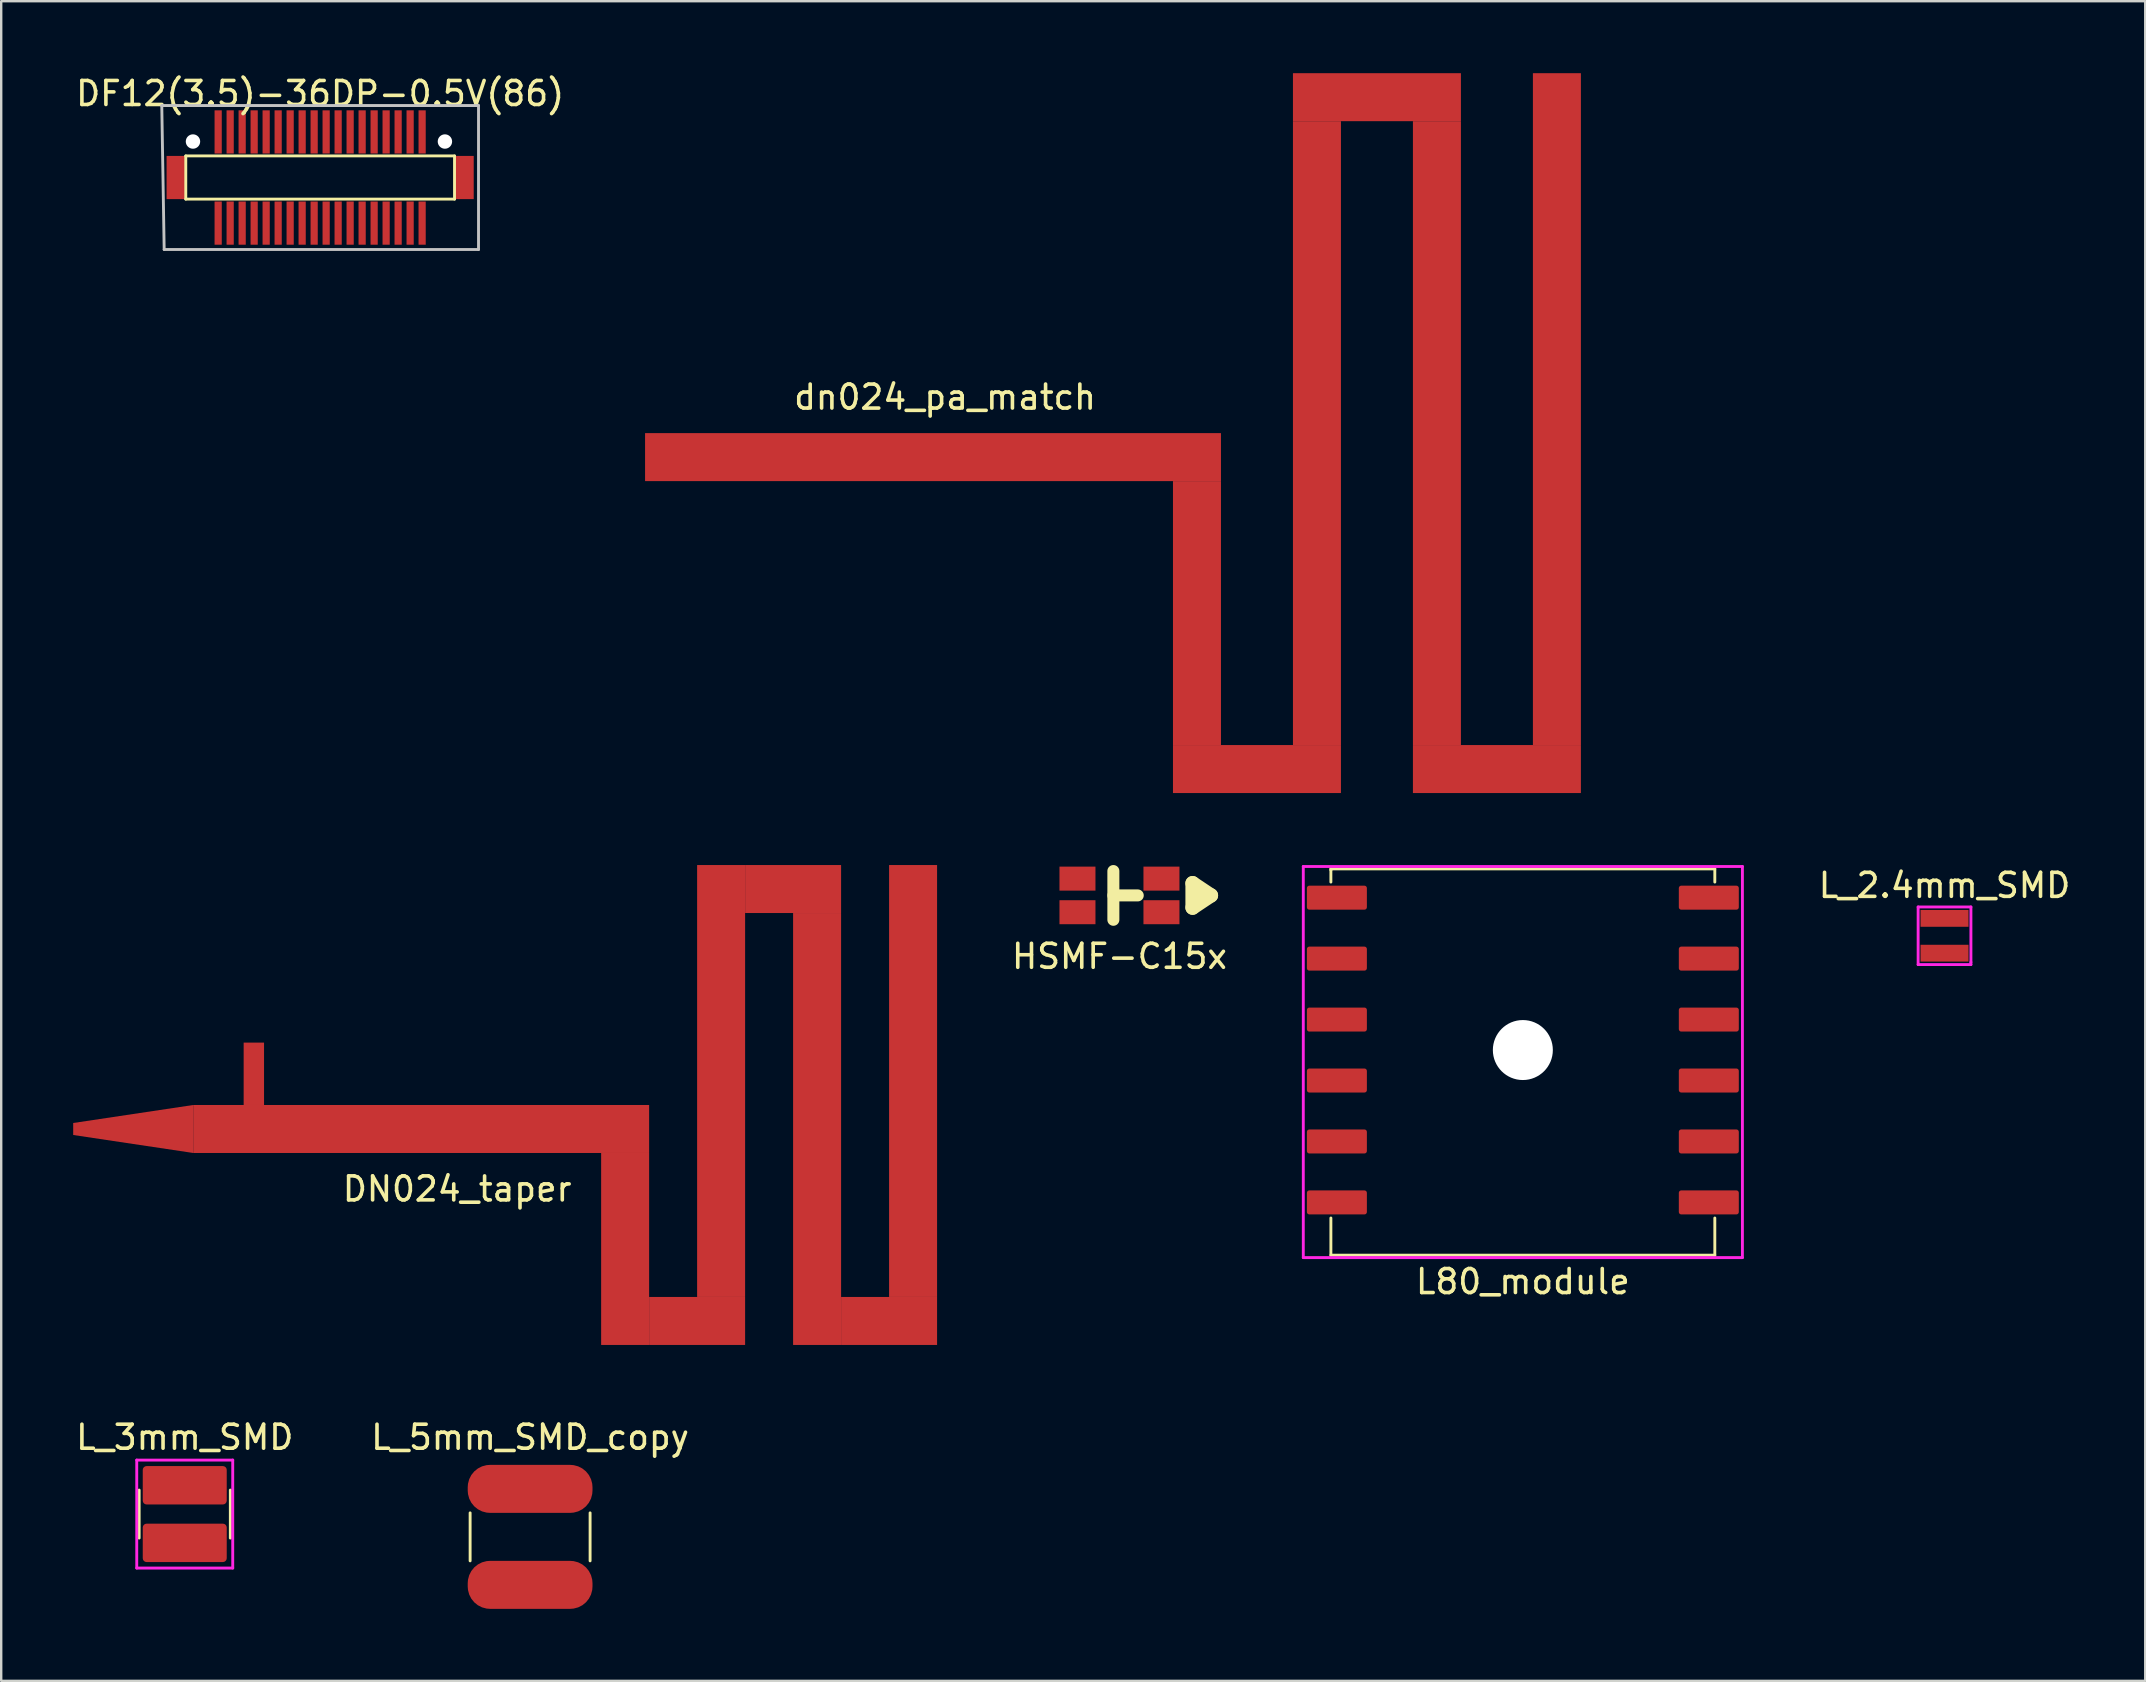
<source format=kicad_pcb>
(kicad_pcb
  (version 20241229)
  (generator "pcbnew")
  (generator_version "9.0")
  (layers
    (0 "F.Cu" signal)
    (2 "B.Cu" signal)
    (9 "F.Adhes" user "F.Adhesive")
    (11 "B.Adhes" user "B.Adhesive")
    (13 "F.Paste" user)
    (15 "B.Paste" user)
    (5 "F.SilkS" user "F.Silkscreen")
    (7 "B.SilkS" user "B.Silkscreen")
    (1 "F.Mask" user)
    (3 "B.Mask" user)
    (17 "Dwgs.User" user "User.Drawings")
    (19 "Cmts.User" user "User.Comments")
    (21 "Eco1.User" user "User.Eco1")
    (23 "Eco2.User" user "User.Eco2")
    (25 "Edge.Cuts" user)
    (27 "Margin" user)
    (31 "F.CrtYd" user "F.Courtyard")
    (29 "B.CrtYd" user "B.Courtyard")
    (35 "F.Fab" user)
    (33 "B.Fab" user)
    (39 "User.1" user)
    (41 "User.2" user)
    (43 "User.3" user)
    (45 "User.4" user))
  (footprint "DF12(3.5)-36DP-0.5V(86)"
    (layer "F.Cu")
    (at 10.292 4.348)
    (property "Reference" "DF12(3.5)-36DP-0.5V(86)" (at 0 -3.5 0) (layer "F.SilkS") (effects (font (size 1 1) (thickness 0.15))))
    (attr through_hole)
    (fp_line (start -5.6 -0.9) (end -5.6 0.9) (stroke (width 0.12) (type solid)) (layer "F.SilkS"))
    (fp_line (start -5.6 0.9) (end 5.6 0.9) (stroke (width 0.12) (type solid)) (layer "F.SilkS"))
    (fp_line (start 5.6 -0.9) (end -5.6 -0.9) (stroke (width 0.12) (type solid)) (layer "F.SilkS"))
    (fp_line (start 5.6 0.9) (end 5.6 -0.9) (stroke (width 0.12) (type solid)) (layer "F.SilkS"))
    (fp_line (start -6.6 -3) (end -6.5 3) (stroke (width 0.12) (type solid)) (layer "Dwgs.User"))
    (fp_line (start -6.5 3) (end 6.6 3) (stroke (width 0.12) (type solid)) (layer "Dwgs.User"))
    (fp_line (start 6.6 -3) (end -6.6 -3) (stroke (width 0.12) (type solid)) (layer "Dwgs.User"))
    (fp_line (start 6.6 3) (end 6.6 -3) (stroke (width 0.12) (type solid)) (layer "Dwgs.User"))
    (pad "" smd rect (at -6 0) (size 0.8 1.8) (layers "F.Cu" "F.Mask" "F.Paste"))
    (pad "" np_thru_hole circle (at -5.3 -1.5) (size 0.6 0.6) (drill 0.6) (layers "*.Cu" "*.Mask"))
    (pad "" np_thru_hole circle (at 5.2 -1.5) (size 0.6 0.6) (drill 0.6) (layers "*.Cu" "*.Mask"))
    (pad "" smd rect (at 6 0) (size 0.8 1.8) (layers "F.Cu" "F.Mask" "F.Paste"))
    (pad "1" smd rect (at 4.25 1.9) (size 0.3 1.8) (layers "F.Cu" "F.Mask" "F.Paste"))
    (pad "2" smd rect (at 4.25 -1.9) (size 0.3 1.8) (layers "F.Cu" "F.Mask" "F.Paste"))
    (pad "3" smd rect (at 3.75 1.9) (size 0.3 1.8) (layers "F.Cu" "F.Mask" "F.Paste"))
    (pad "4" smd rect (at 3.75 -1.9) (size 0.3 1.8) (layers "F.Cu" "F.Mask" "F.Paste"))
    (pad "5" smd rect (at 3.25 1.9) (size 0.3 1.8) (layers "F.Cu" "F.Mask" "F.Paste"))
    (pad "6" smd rect (at 3.25 -1.9) (size 0.3 1.8) (layers "F.Cu" "F.Mask" "F.Paste"))
    (pad "7" smd rect (at 2.75 1.9) (size 0.3 1.8) (layers "F.Cu" "F.Mask" "F.Paste"))
    (pad "8" smd rect (at 2.75 -1.9) (size 0.3 1.8) (layers "F.Cu" "F.Mask" "F.Paste"))
    (pad "9" smd rect (at 2.25 1.9) (size 0.3 1.8) (layers "F.Cu" "F.Mask" "F.Paste"))
    (pad "10" smd rect (at 2.25 -1.9) (size 0.3 1.8) (layers "F.Cu" "F.Mask" "F.Paste"))
    (pad "11" smd rect (at 1.75 1.9) (size 0.3 1.8) (layers "F.Cu" "F.Mask" "F.Paste"))
    (pad "12" smd rect (at 1.75 -1.9) (size 0.3 1.8) (layers "F.Cu" "F.Mask" "F.Paste"))
    (pad "13" smd rect (at 1.25 1.9) (size 0.3 1.8) (layers "F.Cu" "F.Mask" "F.Paste"))
    (pad "14" smd rect (at 1.25 -1.9) (size 0.3 1.8) (layers "F.Cu" "F.Mask" "F.Paste"))
    (pad "15" smd rect (at 0.75 1.9) (size 0.3 1.8) (layers "F.Cu" "F.Mask" "F.Paste"))
    (pad "16" smd rect (at 0.75 -1.9) (size 0.3 1.8) (layers "F.Cu" "F.Mask" "F.Paste"))
    (pad "17" smd rect (at 0.25 1.9) (size 0.3 1.8) (layers "F.Cu" "F.Mask" "F.Paste"))
    (pad "18" smd rect (at 0.25 -1.9) (size 0.3 1.8) (layers "F.Cu" "F.Mask" "F.Paste"))
    (pad "19" smd rect (at -0.25 1.9) (size 0.3 1.8) (layers "F.Cu" "F.Mask" "F.Paste"))
    (pad "20" smd rect (at -0.25 -1.9) (size 0.3 1.8) (layers "F.Cu" "F.Mask" "F.Paste"))
    (pad "21" smd rect (at -0.75 1.9) (size 0.3 1.8) (layers "F.Cu" "F.Mask" "F.Paste"))
    (pad "22" smd rect (at -0.75 -1.9) (size 0.3 1.8) (layers "F.Cu" "F.Mask" "F.Paste"))
    (pad "23" smd rect (at -1.25 1.9) (size 0.3 1.8) (layers "F.Cu" "F.Mask" "F.Paste"))
    (pad "24" smd rect (at -1.25 -1.9) (size 0.3 1.8) (layers "F.Cu" "F.Mask" "F.Paste"))
    (pad "25" smd rect (at -1.75 1.9) (size 0.3 1.8) (layers "F.Cu" "F.Mask" "F.Paste"))
    (pad "26" smd rect (at -1.75 -1.9) (size 0.3 1.8) (layers "F.Cu" "F.Mask" "F.Paste"))
    (pad "27" smd rect (at -2.25 1.9) (size 0.3 1.8) (layers "F.Cu" "F.Mask" "F.Paste"))
    (pad "28" smd rect (at -2.25 -1.9) (size 0.3 1.8) (layers "F.Cu" "F.Mask" "F.Paste"))
    (pad "29" smd rect (at -2.75 1.9) (size 0.3 1.8) (layers "F.Cu" "F.Mask" "F.Paste"))
    (pad "30" smd rect (at -2.75 -1.9) (size 0.3 1.8) (layers "F.Cu" "F.Mask" "F.Paste"))
    (pad "31" smd rect (at -3.25 1.9) (size 0.3 1.8) (layers "F.Cu" "F.Mask" "F.Paste"))
    (pad "32" smd rect (at -3.25 -1.9) (size 0.3 1.8) (layers "F.Cu" "F.Mask" "F.Paste"))
    (pad "33" smd rect (at -3.75 1.9) (size 0.3 1.8) (layers "F.Cu" "F.Mask" "F.Paste"))
    (pad "34" smd rect (at -3.75 -1.9) (size 0.3 1.8) (layers "F.Cu" "F.Mask" "F.Paste"))
    (pad "35" smd rect (at -4.25 1.9) (size 0.3 1.8) (layers "F.Cu" "F.Mask" "F.Paste"))
    (pad "36" smd rect (at -4.25 -1.9) (size 0.3 1.8) (layers "F.Cu" "F.Mask" "F.Paste")))
  (footprint "L_3mm_SMD"
    (layer "F.Cu")
    (at 4.649 60.048)
    (property "Reference" "L_3mm_SMD" (at 0 -3.2 0) (layer "F.SilkS") (effects (font (size 1 1) (thickness 0.15))))
    (attr through_hole)
    (fp_line (start -1.9 -1) (end -1.9 1) (stroke (width 0.12) (type solid)) (layer "F.SilkS"))
    (fp_line (start 1.9 1) (end 1.9 -1) (stroke (width 0.12) (type solid)) (layer "F.SilkS"))
    (fp_line (start -2 -2.25) (end 2 -2.25) (stroke (width 0.12) (type solid)) (layer "F.CrtYd"))
    (fp_line (start -2 2.25) (end -2 -2.25) (stroke (width 0.12) (type solid)) (layer "F.CrtYd"))
    (fp_line (start 2 -2.25) (end 2 2.25) (stroke (width 0.12) (type solid)) (layer "F.CrtYd"))
    (fp_line (start 2 2.25) (end -2 2.25) (stroke (width 0.12) (type solid)) (layer "F.CrtYd"))
    (pad "1" smd roundrect (at 0 -1.2) (size 3.5 1.6) (layers "F.Cu" "F.Mask" "F.Paste") (roundrect_rratio 0.1))
    (pad "2" smd roundrect (at 0 1.2) (size 3.5 1.6) (layers "F.Cu" "F.Mask" "F.Paste") (roundrect_rratio 0.1)))
  (footprint "L_2.4mm_SMD"
    (layer "F.Cu")
    (at 77.987 35.948)
    (property "Reference" "L_2.4mm_SMD" (at 0 -2.1 0) (layer "F.SilkS") (effects (font (size 1 1) (thickness 0.15))))
    (attr smd)
    (fp_line (start -1.1 -1.2) (end 1.1 -1.2) (stroke (width 0.12) (type solid)) (layer "F.CrtYd"))
    (fp_line (start -1.1 1.2) (end -1.1 -1.2) (stroke (width 0.12) (type solid)) (layer "F.CrtYd"))
    (fp_line (start 1.1 -1.2) (end 1.1 1.1) (stroke (width 0.12) (type solid)) (layer "F.CrtYd"))
    (fp_line (start 1.1 1.1) (end 1.1 1.2) (stroke (width 0.12) (type solid)) (layer "F.CrtYd"))
    (fp_line (start 1.1 1.2) (end -1.1 1.2) (stroke (width 0.12) (type solid)) (layer "F.CrtYd"))
    (pad "1" smd rect (at 0 -0.725) (size 2 0.7) (layers "F.Cu" "F.Mask" "F.Paste"))
    (pad "2" smd rect (at 0 0.725) (size 2 0.7) (layers "F.Cu" "F.Mask" "F.Paste")))
  (footprint "L80_module"
    (layer "F.Cu")
    (at 60.414 40.71)
    (property "Reference" "L80_module" (at 0 9.65 0) (layer "F.SilkS") (effects (font (size 1 1) (thickness 0.15))))
    (attr through_hole)
    (fp_line (start -8 -7.55) (end 8 -7.55) (stroke (width 0.12) (type solid)) (layer "F.SilkS"))
    (fp_line (start -8 -7.5) (end -8 -7.55) (stroke (width 0.12) (type solid)) (layer "F.SilkS"))
    (fp_line (start -8 -7) (end -8 -7.5) (stroke (width 0.12) (type solid)) (layer "F.SilkS"))
    (fp_line (start -8 7) (end -8 8.55) (stroke (width 0.12) (type solid)) (layer "F.SilkS"))
    (fp_line (start -8 8.55) (end 8 8.55) (stroke (width 0.12) (type solid)) (layer "F.SilkS"))
    (fp_line (start 8 -7.55) (end 8 -7) (stroke (width 0.12) (type solid)) (layer "F.SilkS"))
    (fp_line (start 8 8.55) (end 8 7) (stroke (width 0.12) (type solid)) (layer "F.SilkS"))
    (fp_line (start -9.15 -7.65) (end -9.15 8.65) (stroke (width 0.12) (type solid)) (layer "F.CrtYd"))
    (fp_line (start -9.15 8.65) (end 9.15 8.65) (stroke (width 0.12) (type solid)) (layer "F.CrtYd"))
    (fp_line (start 9.15 -7.65) (end -9.15 -7.65) (stroke (width 0.12) (type solid)) (layer "F.CrtYd"))
    (fp_line (start 9.15 8.65) (end 9.15 -7.65) (stroke (width 0.12) (type solid)) (layer "F.CrtYd"))
    (pad "" np_thru_hole circle (at 0 0) (size 2.5 2.5) (drill 2.5) (layers "*.Cu" "*.Mask"))
    (pad "1" smd roundrect (at 7.75 6.35) (size 2.5 1) (layers "F.Cu" "F.Mask" "F.Paste") (roundrect_rratio 0.1))
    (pad "2" smd roundrect (at 7.75 3.81) (size 2.5 1) (layers "F.Cu" "F.Mask" "F.Paste") (roundrect_rratio 0.1))
    (pad "3" smd roundrect (at 7.75 1.27) (size 2.5 1) (layers "F.Cu" "F.Mask" "F.Paste") (roundrect_rratio 0.1))
    (pad "4" smd roundrect (at 7.75 -1.27) (size 2.5 1) (layers "F.Cu" "F.Mask" "F.Paste") (roundrect_rratio 0.1))
    (pad "5" smd roundrect (at 7.75 -3.81) (size 2.5 1) (layers "F.Cu" "F.Mask" "F.Paste") (roundrect_rratio 0.1))
    (pad "6" smd roundrect (at 7.75 -6.35) (size 2.5 1) (layers "F.Cu" "F.Mask" "F.Paste") (roundrect_rratio 0.1))
    (pad "7" smd roundrect (at -7.75 -6.35) (size 2.5 1) (layers "F.Cu" "F.Mask" "F.Paste") (roundrect_rratio 0.1))
    (pad "8" smd roundrect (at -7.75 -3.81) (size 2.5 1) (layers "F.Cu" "F.Mask" "F.Paste") (roundrect_rratio 0.1))
    (pad "9" smd roundrect (at -7.75 -1.27) (size 2.5 1) (layers "F.Cu" "F.Mask" "F.Paste") (roundrect_rratio 0.1))
    (pad "10" smd roundrect (at -7.75 1.27) (size 2.5 1) (layers "F.Cu" "F.Mask" "F.Paste") (roundrect_rratio 0.1))
    (pad "11" smd roundrect (at -7.75 3.81) (size 2.5 1) (layers "F.Cu" "F.Mask" "F.Paste") (roundrect_rratio 0.1))
    (pad "12" smd roundrect (at -7.75 6.35) (size 2.5 1) (layers "F.Cu" "F.Mask" "F.Paste") (roundrect_rratio 0.1)))
  (footprint "dn024_pa_match"
    (layer "F.Cu")
    (at 23.833 16)
    (property "Reference" "dn024_pa_match" (at 12.5 -2.5 0) (layer "F.SilkS") (effects (font (size 1 1) (thickness 0.15))))
    (attr through_hole)
    (pad "" smd rect (at 23 6.5 90) (size 11 2) (layers "F.Cu"))
    (pad "" smd rect (at 25.5 13) (size 7 2) (layers "F.Cu"))
    (pad "" smd rect (at 28 -1 90) (size 26 2) (layers "F.Cu"))
    (pad "" smd rect (at 30.5 -15) (size 7 2) (layers "F.Cu"))
    (pad "" smd rect (at 33 -1 90) (size 26 2) (layers "F.Cu"))
    (pad "" smd rect (at 35.5 13) (size 7 2) (layers "F.Cu"))
    (pad "" smd rect (at 38 -2 90) (size 28 2) (layers "F.Cu"))
    (pad "1" smd rect (at 12 0) (size 24 2) (layers "F.Cu")))
  (footprint "DN024_taper"
    (layer "F.Cu")
    (at 2.502 44)
    (property "Reference" "DN024_taper" (at 13.5 2.5 0) (layer "F.SilkS") (effects (font (size 1 1) (thickness 0.15))))
    (attr through_hole)
    (pad "" smd rect (at 5.027 -2.3) (size 0.85 2.6) (layers "F.Cu" "F.Mask" "F.Paste"))
    (pad "" smd rect (at 12 0) (size 19 2) (layers "F.Cu" "F.Mask" "F.Paste"))
    (pad "" smd rect (at 20.5 5) (size 2 8) (layers "F.Cu" "F.Mask" "F.Paste"))
    (pad "" smd rect (at 23.5 8) (size 4 2) (layers "F.Cu" "F.Mask" "F.Paste"))
    (pad "" smd rect (at 24.5 -2) (size 2 18) (layers "F.Cu" "F.Mask" "F.Paste"))
    (pad "" smd rect (at 27.5 -10) (size 4 2) (layers "F.Cu" "F.Mask" "F.Paste"))
    (pad "" smd rect (at 28.5 0) (size 2 18) (layers "F.Cu" "F.Mask" "F.Paste"))
    (pad "" smd rect (at 31.5 8) (size 4 2) (layers "F.Cu" "F.Mask" "F.Paste"))
    (pad "" smd rect (at 32.5 -2) (size 2 18) (layers "F.Cu" "F.Mask" "F.Paste"))
    (pad "1" smd trapezoid (at 0 0 90) (size 1.25 5.004) (rect_delta 0 0.75) (layers "F.Cu" "F.Mask" "F.Paste")))
  (footprint "HSMF-C15x"
    (layer "F.Cu")
    (at 43.603 34.266)
    (property "Reference" "HSMF-C15x" (at 0 2.54 0) (layer "F.SilkS") (effects (font (size 1 1) (thickness 0.15))))
    (attr through_hole)
    (fp_line (start -0.254 -1.016) (end -0.254 1.016) (stroke (width 0.5) (type solid)) (layer "F.SilkS"))
    (fp_line (start -0.254 0) (end 0.762 0) (stroke (width 0.5) (type solid)) (layer "F.SilkS"))
    (fp_line (start 3.048 -0.508) (end 3.048 0.508) (stroke (width 0.6) (type solid)) (layer "F.SilkS"))
    (fp_line (start 3.048 0.508) (end 3.81 0) (stroke (width 0.6) (type solid)) (layer "F.SilkS"))
    (fp_line (start 3.81 0) (end 3.048 -0.508) (stroke (width 0.6) (type solid)) (layer "F.SilkS"))
    (pad "1" smd rect (at -1.75 -0.7) (size 1.5 1) (layers "F.Cu" "F.Mask" "F.Paste"))
    (pad "2" smd rect (at 1.75 -0.7) (size 1.5 1) (layers "F.Cu" "F.Mask" "F.Paste"))
    (pad "3" smd rect (at -1.75 0.7) (size 1.5 1) (layers "F.Cu" "F.Mask" "F.Paste"))
    (pad "4" smd rect (at 1.75 0.7) (size 1.5 1) (layers "F.Cu" "F.Mask" "F.Paste")))
  (footprint "L_5mm_SMD_copy"
    (layer "F.Cu")
    (at 19.042 60.998)
    (property "Reference" "L_5mm_SMD_copy" (at 0 -4.15 0) (layer "F.SilkS") (effects (font (size 1 1) (thickness 0.15))))
    (attr through_hole)
    (fp_line (start -2.5 -1) (end -2.5 1) (stroke (width 0.12) (type solid)) (layer "F.SilkS"))
    (fp_line (start 2.5 1) (end 2.5 -1) (stroke (width 0.12) (type solid)) (layer "F.SilkS"))
    (pad "1" smd roundrect (at 0 -2) (size 5.2 2) (layers "F.Cu" "F.Mask" "F.Paste") (roundrect_rratio 0.465))
    (pad "2" smd roundrect (at 0 2) (size 5.2 2) (layers "F.Cu" "F.Mask" "F.Paste") (roundrect_rratio 0.465)))
  (gr_rect
    (start -3 -3)
    (end 86.351 66.998)
    (stroke (width 0.1) (type default))
    (fill no)
    (layer "Edge.Cuts")))
</source>
